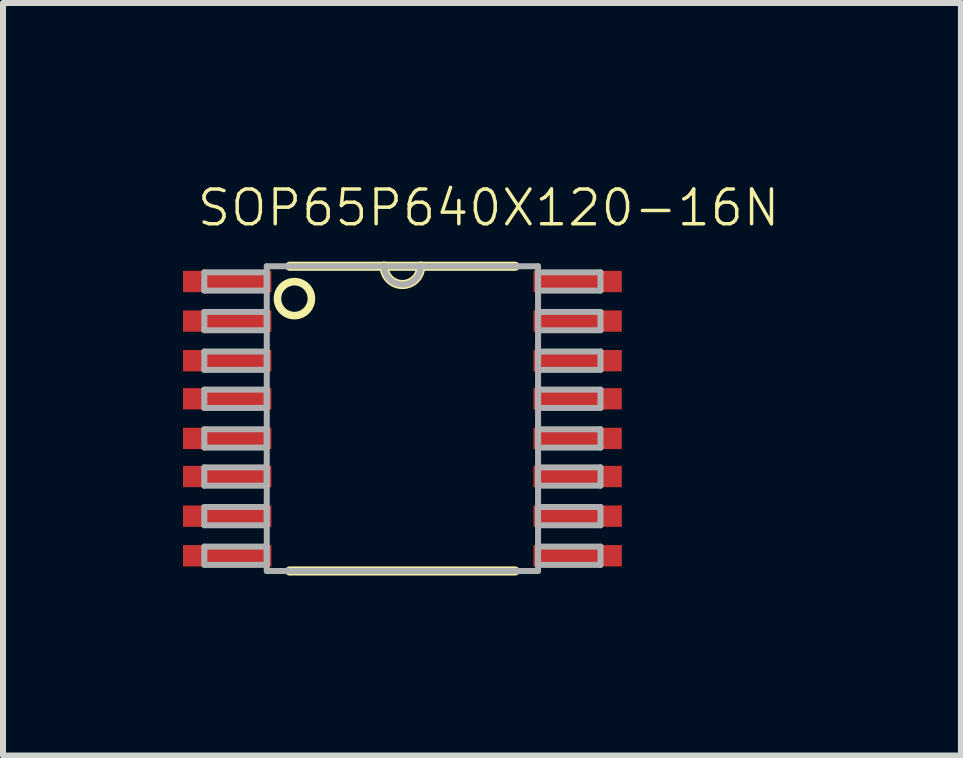
<source format=kicad_pcb>
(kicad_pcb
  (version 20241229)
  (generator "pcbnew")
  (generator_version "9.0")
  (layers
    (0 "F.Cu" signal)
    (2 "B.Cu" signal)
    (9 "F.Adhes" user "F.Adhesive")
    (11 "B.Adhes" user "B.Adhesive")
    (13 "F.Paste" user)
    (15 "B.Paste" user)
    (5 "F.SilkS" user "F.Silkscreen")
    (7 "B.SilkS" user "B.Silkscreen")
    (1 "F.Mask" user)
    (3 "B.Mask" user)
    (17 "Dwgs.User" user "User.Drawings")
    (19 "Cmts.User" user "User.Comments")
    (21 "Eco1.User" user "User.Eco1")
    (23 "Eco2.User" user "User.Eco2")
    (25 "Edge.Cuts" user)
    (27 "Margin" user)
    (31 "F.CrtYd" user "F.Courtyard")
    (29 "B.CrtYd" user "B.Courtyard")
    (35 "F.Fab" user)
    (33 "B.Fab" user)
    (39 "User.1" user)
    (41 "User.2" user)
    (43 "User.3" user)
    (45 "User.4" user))
  (footprint "SOP65P640X120-16N"
    (layer "F.Cu")
    (at 3.658 3.928)
    (property "Reference" "SOP65P640X120-16N" (at -3.454 -3.175 0) (layer "F.SilkS") (effects (font (size 0.579 0.579) (thickness 0.058)) (justify left bottom)))
    (attr through_hole)
    (fp_line (start -1.88 2.54) (end 1.88 2.54) (stroke (width 0.152) (type solid)) (layer "F.SilkS"))
    (fp_line (start -0.305 -2.54) (end -1.88 -2.54) (stroke (width 0.152) (type solid)) (layer "F.SilkS"))
    (fp_line (start 0.305 -2.54) (end -0.305 -2.54) (stroke (width 0.152) (type solid)) (layer "F.SilkS"))
    (fp_line (start 1.88 -2.54) (end 0.305 -2.54) (stroke (width 0.152) (type solid)) (layer "F.SilkS"))
    (fp_arc (start 0.3048 -2.54) (mid 0 -2.2352) (end -0.3048 -2.54) (stroke (width 0.1524) (type solid)) (layer "F.SilkS"))
    (fp_circle (center -1.8 -2) (end -1.517 -2) (stroke (width 0.127) (type solid)) (fill no) (layer "F.SilkS"))
    (fp_line (start -3.302 -2.438) (end -3.302 -2.134) (stroke (width 0.1) (type solid)) (layer "F.Fab"))
    (fp_line (start -3.302 -2.134) (end -2.261 -2.134) (stroke (width 0.1) (type solid)) (layer "F.Fab"))
    (fp_line (start -3.302 -1.778) (end -3.302 -1.473) (stroke (width 0.1) (type solid)) (layer "F.Fab"))
    (fp_line (start -3.302 -1.473) (end -2.261 -1.473) (stroke (width 0.1) (type solid)) (layer "F.Fab"))
    (fp_line (start -3.302 -1.118) (end -3.302 -0.813) (stroke (width 0.1) (type solid)) (layer "F.Fab"))
    (fp_line (start -3.302 -0.813) (end -2.261 -0.813) (stroke (width 0.1) (type solid)) (layer "F.Fab"))
    (fp_line (start -3.302 -0.483) (end -3.302 -0.178) (stroke (width 0.1) (type solid)) (layer "F.Fab"))
    (fp_line (start -3.302 -0.178) (end -2.261 -0.178) (stroke (width 0.1) (type solid)) (layer "F.Fab"))
    (fp_line (start -3.302 0.178) (end -3.302 0.483) (stroke (width 0.1) (type solid)) (layer "F.Fab"))
    (fp_line (start -3.302 0.483) (end -2.261 0.483) (stroke (width 0.1) (type solid)) (layer "F.Fab"))
    (fp_line (start -3.302 0.813) (end -3.302 1.118) (stroke (width 0.1) (type solid)) (layer "F.Fab"))
    (fp_line (start -3.302 1.118) (end -2.261 1.118) (stroke (width 0.1) (type solid)) (layer "F.Fab"))
    (fp_line (start -3.302 1.473) (end -3.302 1.778) (stroke (width 0.1) (type solid)) (layer "F.Fab"))
    (fp_line (start -3.302 1.778) (end -2.261 1.778) (stroke (width 0.1) (type solid)) (layer "F.Fab"))
    (fp_line (start -3.302 2.134) (end -3.302 2.438) (stroke (width 0.1) (type solid)) (layer "F.Fab"))
    (fp_line (start -3.302 2.438) (end -2.261 2.438) (stroke (width 0.1) (type solid)) (layer "F.Fab"))
    (fp_line (start -2.261 -2.54) (end -2.261 2.54) (stroke (width 0.1) (type solid)) (layer "F.Fab"))
    (fp_line (start -2.261 -2.438) (end -3.302 -2.438) (stroke (width 0.1) (type solid)) (layer "F.Fab"))
    (fp_line (start -2.261 -2.134) (end -2.261 -2.438) (stroke (width 0.1) (type solid)) (layer "F.Fab"))
    (fp_line (start -2.261 -1.778) (end -3.302 -1.778) (stroke (width 0.1) (type solid)) (layer "F.Fab"))
    (fp_line (start -2.261 -1.473) (end -2.261 -1.778) (stroke (width 0.1) (type solid)) (layer "F.Fab"))
    (fp_line (start -2.261 -1.118) (end -3.302 -1.118) (stroke (width 0.1) (type solid)) (layer "F.Fab"))
    (fp_line (start -2.261 -0.813) (end -2.261 -1.118) (stroke (width 0.1) (type solid)) (layer "F.Fab"))
    (fp_line (start -2.261 -0.483) (end -3.302 -0.483) (stroke (width 0.1) (type solid)) (layer "F.Fab"))
    (fp_line (start -2.261 -0.178) (end -2.261 -0.483) (stroke (width 0.1) (type solid)) (layer "F.Fab"))
    (fp_line (start -2.261 0.178) (end -3.302 0.178) (stroke (width 0.1) (type solid)) (layer "F.Fab"))
    (fp_line (start -2.261 0.483) (end -2.261 0.178) (stroke (width 0.1) (type solid)) (layer "F.Fab"))
    (fp_line (start -2.261 0.813) (end -3.302 0.813) (stroke (width 0.1) (type solid)) (layer "F.Fab"))
    (fp_line (start -2.261 1.118) (end -2.261 0.813) (stroke (width 0.1) (type solid)) (layer "F.Fab"))
    (fp_line (start -2.261 1.473) (end -3.302 1.473) (stroke (width 0.1) (type solid)) (layer "F.Fab"))
    (fp_line (start -2.261 1.778) (end -2.261 1.473) (stroke (width 0.1) (type solid)) (layer "F.Fab"))
    (fp_line (start -2.261 2.134) (end -3.302 2.134) (stroke (width 0.1) (type solid)) (layer "F.Fab"))
    (fp_line (start -2.261 2.438) (end -2.261 2.134) (stroke (width 0.1) (type solid)) (layer "F.Fab"))
    (fp_line (start -2.261 2.54) (end 2.261 2.54) (stroke (width 0.1) (type solid)) (layer "F.Fab"))
    (fp_line (start -0.305 -2.54) (end -2.261 -2.54) (stroke (width 0.1) (type solid)) (layer "F.Fab"))
    (fp_line (start 0.305 -2.54) (end -0.305 -2.54) (stroke (width 0.1) (type solid)) (layer "F.Fab"))
    (fp_line (start 2.261 -2.54) (end 0.305 -2.54) (stroke (width 0.1) (type solid)) (layer "F.Fab"))
    (fp_line (start 2.261 -2.438) (end 2.261 -2.134) (stroke (width 0.1) (type solid)) (layer "F.Fab"))
    (fp_line (start 2.261 -2.134) (end 3.302 -2.134) (stroke (width 0.1) (type solid)) (layer "F.Fab"))
    (fp_line (start 2.261 -1.778) (end 2.261 -1.473) (stroke (width 0.1) (type solid)) (layer "F.Fab"))
    (fp_line (start 2.261 -1.473) (end 3.302 -1.473) (stroke (width 0.1) (type solid)) (layer "F.Fab"))
    (fp_line (start 2.261 -1.118) (end 2.261 -0.813) (stroke (width 0.1) (type solid)) (layer "F.Fab"))
    (fp_line (start 2.261 -0.813) (end 3.302 -0.813) (stroke (width 0.1) (type solid)) (layer "F.Fab"))
    (fp_line (start 2.261 -0.483) (end 2.261 -0.178) (stroke (width 0.1) (type solid)) (layer "F.Fab"))
    (fp_line (start 2.261 -0.178) (end 3.302 -0.178) (stroke (width 0.1) (type solid)) (layer "F.Fab"))
    (fp_line (start 2.261 0.178) (end 2.261 0.483) (stroke (width 0.1) (type solid)) (layer "F.Fab"))
    (fp_line (start 2.261 0.483) (end 3.302 0.483) (stroke (width 0.1) (type solid)) (layer "F.Fab"))
    (fp_line (start 2.261 0.813) (end 2.261 1.118) (stroke (width 0.1) (type solid)) (layer "F.Fab"))
    (fp_line (start 2.261 1.118) (end 3.302 1.118) (stroke (width 0.1) (type solid)) (layer "F.Fab"))
    (fp_line (start 2.261 1.473) (end 2.261 1.778) (stroke (width 0.1) (type solid)) (layer "F.Fab"))
    (fp_line (start 2.261 1.778) (end 3.302 1.778) (stroke (width 0.1) (type solid)) (layer "F.Fab"))
    (fp_line (start 2.261 2.134) (end 2.261 2.438) (stroke (width 0.1) (type solid)) (layer "F.Fab"))
    (fp_line (start 2.261 2.438) (end 3.302 2.438) (stroke (width 0.1) (type solid)) (layer "F.Fab"))
    (fp_line (start 2.261 2.54) (end 2.261 -2.54) (stroke (width 0.1) (type solid)) (layer "F.Fab"))
    (fp_line (start 3.302 -2.438) (end 2.261 -2.438) (stroke (width 0.1) (type solid)) (layer "F.Fab"))
    (fp_line (start 3.302 -2.134) (end 3.302 -2.438) (stroke (width 0.1) (type solid)) (layer "F.Fab"))
    (fp_line (start 3.302 -1.778) (end 2.261 -1.778) (stroke (width 0.1) (type solid)) (layer "F.Fab"))
    (fp_line (start 3.302 -1.473) (end 3.302 -1.778) (stroke (width 0.1) (type solid)) (layer "F.Fab"))
    (fp_line (start 3.302 -1.118) (end 2.261 -1.118) (stroke (width 0.1) (type solid)) (layer "F.Fab"))
    (fp_line (start 3.302 -0.813) (end 3.302 -1.118) (stroke (width 0.1) (type solid)) (layer "F.Fab"))
    (fp_line (start 3.302 -0.483) (end 2.261 -0.483) (stroke (width 0.1) (type solid)) (layer "F.Fab"))
    (fp_line (start 3.302 -0.178) (end 3.302 -0.483) (stroke (width 0.1) (type solid)) (layer "F.Fab"))
    (fp_line (start 3.302 0.178) (end 2.261 0.178) (stroke (width 0.1) (type solid)) (layer "F.Fab"))
    (fp_line (start 3.302 0.483) (end 3.302 0.178) (stroke (width 0.1) (type solid)) (layer "F.Fab"))
    (fp_line (start 3.302 0.813) (end 2.261 0.813) (stroke (width 0.1) (type solid)) (layer "F.Fab"))
    (fp_line (start 3.302 1.118) (end 3.302 0.813) (stroke (width 0.1) (type solid)) (layer "F.Fab"))
    (fp_line (start 3.302 1.473) (end 2.261 1.473) (stroke (width 0.1) (type solid)) (layer "F.Fab"))
    (fp_line (start 3.302 1.778) (end 3.302 1.473) (stroke (width 0.1) (type solid)) (layer "F.Fab"))
    (fp_line (start 3.302 2.134) (end 2.261 2.134) (stroke (width 0.1) (type solid)) (layer "F.Fab"))
    (fp_line (start 3.302 2.438) (end 3.302 2.134) (stroke (width 0.1) (type solid)) (layer "F.Fab"))
    (fp_arc (start 0.3048 -2.54) (mid 0 -2.2352) (end -0.3048 -2.54) (stroke (width 0.1) (type solid)) (layer "F.Fab"))
    (pad "1" smd rect (at -2.921 -2.286) (size 1.473 0.356) (layers "F.Cu" "F.Mask" "F.Paste"))
    (pad "2" smd rect (at -2.921 -1.626) (size 1.473 0.356) (layers "F.Cu" "F.Mask" "F.Paste"))
    (pad "3" smd rect (at -2.921 -0.965) (size 1.473 0.356) (layers "F.Cu" "F.Mask" "F.Paste"))
    (pad "4" smd rect (at -2.921 -0.33) (size 1.473 0.356) (layers "F.Cu" "F.Mask" "F.Paste"))
    (pad "5" smd rect (at -2.921 0.33) (size 1.473 0.356) (layers "F.Cu" "F.Mask" "F.Paste"))
    (pad "6" smd rect (at -2.921 0.965) (size 1.473 0.356) (layers "F.Cu" "F.Mask" "F.Paste"))
    (pad "7" smd rect (at -2.921 1.626) (size 1.473 0.356) (layers "F.Cu" "F.Mask" "F.Paste"))
    (pad "8" smd rect (at -2.921 2.286) (size 1.473 0.356) (layers "F.Cu" "F.Mask" "F.Paste"))
    (pad "9" smd rect (at 2.921 2.286) (size 1.473 0.356) (layers "F.Cu" "F.Mask" "F.Paste"))
    (pad "10" smd rect (at 2.921 1.626) (size 1.473 0.356) (layers "F.Cu" "F.Mask" "F.Paste"))
    (pad "11" smd rect (at 2.921 0.965) (size 1.473 0.356) (layers "F.Cu" "F.Mask" "F.Paste"))
    (pad "12" smd rect (at 2.921 0.33) (size 1.473 0.356) (layers "F.Cu" "F.Mask" "F.Paste"))
    (pad "13" smd rect (at 2.921 -0.33) (size 1.473 0.356) (layers "F.Cu" "F.Mask" "F.Paste"))
    (pad "14" smd rect (at 2.921 -0.965) (size 1.473 0.356) (layers "F.Cu" "F.Mask" "F.Paste"))
    (pad "15" smd rect (at 2.921 -1.626) (size 1.473 0.356) (layers "F.Cu" "F.Mask" "F.Paste"))
    (pad "16" smd rect (at 2.921 -2.286) (size 1.473 0.356) (layers "F.Cu" "F.Mask" "F.Paste")))
  (gr_rect
    (start -3 -3)
    (end 12.968 9.544)
    (stroke (width 0.1) (type default))
    (fill no)
    (layer "Edge.Cuts")))
</source>
